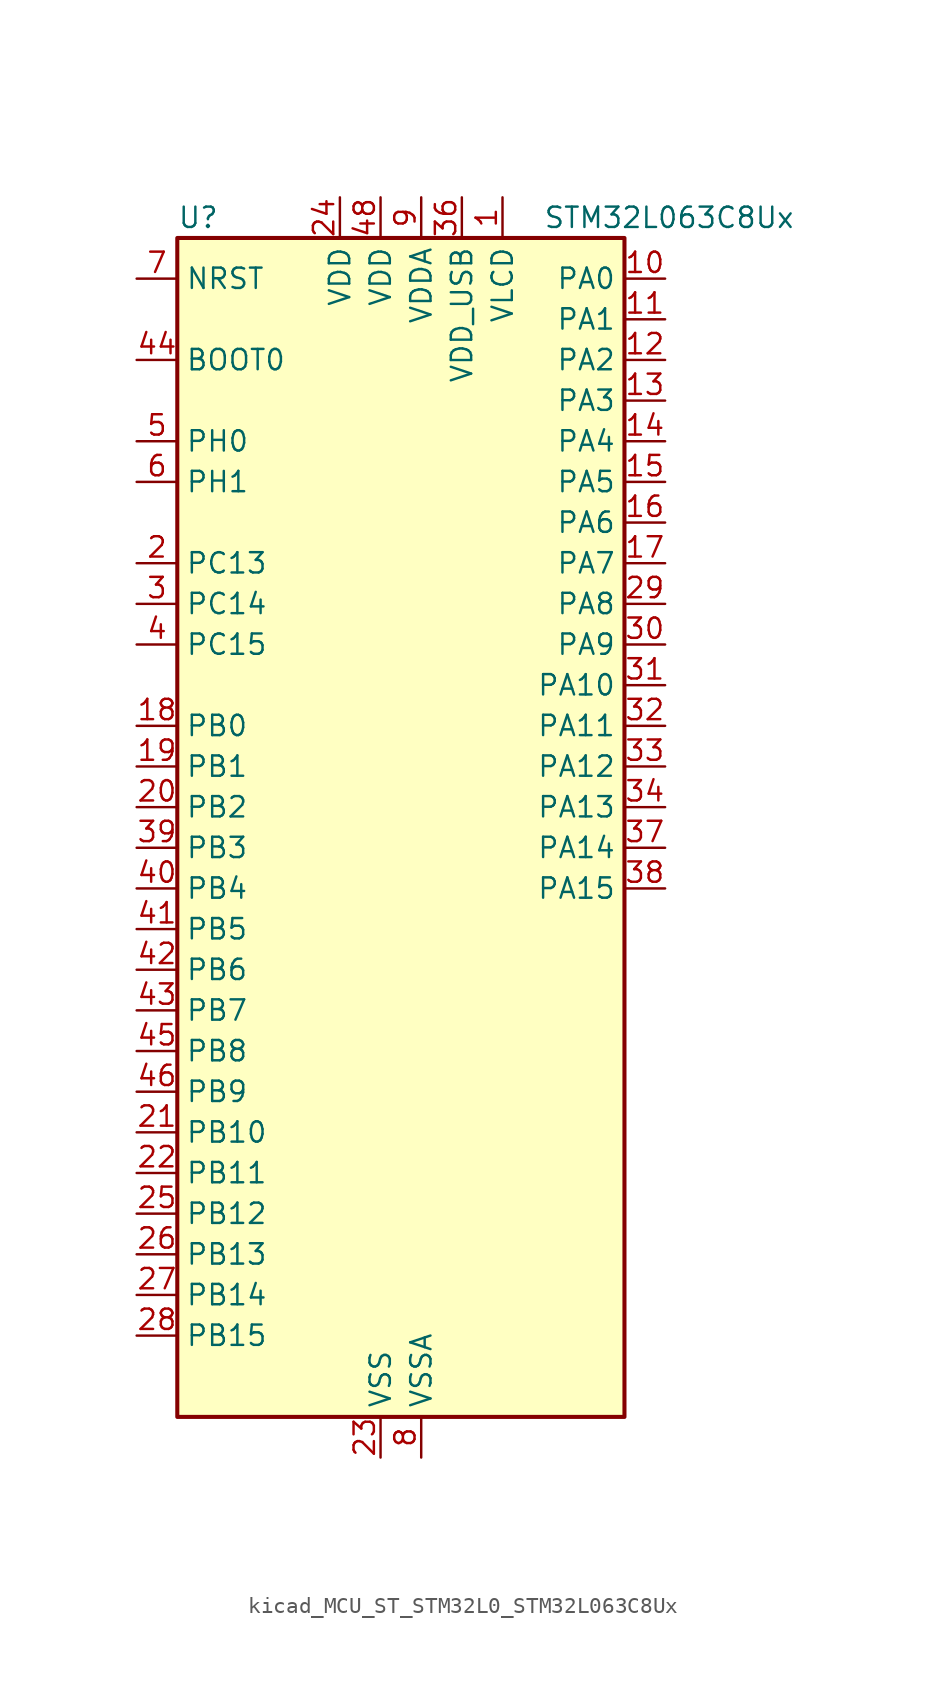
<source format=kicad_sym>
(kicad_symbol_lib
  (version 20220914)
  (generator kicad_symbol_editor)
  (symbol "kicad_MCU_ST_STM32L0_STM32L063C8Ux"
    (property "Reference" "U"
      (at -12.7 39.37 0)
      (effects (font (size 1.27 1.27)) (justify left)))
    (property "Value" "STM32L063C8Ux"
      (at 10.16 39.37 0)
      (effects (font (size 1.27 1.27)) (justify left)))
    (property "ki_locked" ""
      (at 0 0 0)
      (effects (font (size 1.27 1.27))))
    (symbol "kicad_MCU_ST_STM32L0_STM32L063C8Ux_0_1"
      (rectangle (start -12.7 -35.56) (end 15.24 38.1) (stroke (width 0.254) (type default)) (fill (type background))))
    (symbol "kicad_MCU_ST_STM32L0_STM32L063C8Ux_1_1"
      (pin power_in line (at 7.62 40.64 270) (length 2.54) (name "VLCD" (effects (font (size 1.27 1.27)))) (number "1" (effects (font (size 1.27 1.27)))))
      (pin bidirectional line (at 17.78 35.56 180) (length 2.54) (name "PA0" (effects (font (size 1.27 1.27)))) (number "10" (effects (font (size 1.27 1.27)))) (alternate "ADC_IN0" bidirectional line) (alternate "COMP1_INM" bidirectional line) (alternate "COMP1_OUT" bidirectional line) (alternate "RTC_TAMP2" bidirectional line) (alternate "SYS_WKUP1" bidirectional line) (alternate "TIM2_CH1" bidirectional line) (alternate "TIM2_ETR" bidirectional line) (alternate "TSC_G1_IO1" bidirectional line) (alternate "USART2_CTS" bidirectional line))
      (pin bidirectional line (at 17.78 33.02 180) (length 2.54) (name "PA1" (effects (font (size 1.27 1.27)))) (number "11" (effects (font (size 1.27 1.27)))) (alternate "ADC_IN1" bidirectional line) (alternate "COMP1_INP" bidirectional line) (alternate "LCD_SEG0" bidirectional line) (alternate "TIM21_ETR" bidirectional line) (alternate "TIM2_CH2" bidirectional line) (alternate "TSC_G1_IO2" bidirectional line) (alternate "USART2_DE" bidirectional line) (alternate "USART2_RTS" bidirectional line))
      (pin bidirectional line (at 17.78 30.48 180) (length 2.54) (name "PA2" (effects (font (size 1.27 1.27)))) (number "12" (effects (font (size 1.27 1.27)))) (alternate "ADC_IN2" bidirectional line) (alternate "COMP2_INM" bidirectional line) (alternate "COMP2_OUT" bidirectional line) (alternate "LCD_SEG1" bidirectional line) (alternate "TIM21_CH1" bidirectional line) (alternate "TIM2_CH3" bidirectional line) (alternate "TSC_G1_IO3" bidirectional line) (alternate "USART2_TX" bidirectional line))
      (pin bidirectional line (at 17.78 27.94 180) (length 2.54) (name "PA3" (effects (font (size 1.27 1.27)))) (number "13" (effects (font (size 1.27 1.27)))) (alternate "ADC_IN3" bidirectional line) (alternate "COMP2_INP" bidirectional line) (alternate "LCD_SEG2" bidirectional line) (alternate "TIM21_CH2" bidirectional line) (alternate "TIM2_CH4" bidirectional line) (alternate "TSC_G1_IO4" bidirectional line) (alternate "USART2_RX" bidirectional line))
      (pin bidirectional line (at 17.78 25.4 180) (length 2.54) (name "PA4" (effects (font (size 1.27 1.27)))) (number "14" (effects (font (size 1.27 1.27)))) (alternate "ADC_IN4" bidirectional line) (alternate "COMP1_INM" bidirectional line) (alternate "COMP2_INM" bidirectional line) (alternate "DAC_OUT1" bidirectional line) (alternate "SPI1_NSS" bidirectional line) (alternate "TIM22_ETR" bidirectional line) (alternate "TSC_G2_IO1" bidirectional line) (alternate "USART2_CK" bidirectional line))
      (pin bidirectional line (at 17.78 22.86 180) (length 2.54) (name "PA5" (effects (font (size 1.27 1.27)))) (number "15" (effects (font (size 1.27 1.27)))) (alternate "ADC_IN5" bidirectional line) (alternate "COMP1_INM" bidirectional line) (alternate "COMP2_INM" bidirectional line) (alternate "SPI1_SCK" bidirectional line) (alternate "TIM2_CH1" bidirectional line) (alternate "TIM2_ETR" bidirectional line) (alternate "TSC_G2_IO2" bidirectional line))
      (pin bidirectional line (at 17.78 20.32 180) (length 2.54) (name "PA6" (effects (font (size 1.27 1.27)))) (number "16" (effects (font (size 1.27 1.27)))) (alternate "ADC_IN6" bidirectional line) (alternate "COMP1_OUT" bidirectional line) (alternate "LCD_SEG3" bidirectional line) (alternate "LPUART1_CTS" bidirectional line) (alternate "SPI1_MISO" bidirectional line) (alternate "TIM22_CH1" bidirectional line) (alternate "TSC_G2_IO3" bidirectional line))
      (pin bidirectional line (at 17.78 17.78 180) (length 2.54) (name "PA7" (effects (font (size 1.27 1.27)))) (number "17" (effects (font (size 1.27 1.27)))) (alternate "ADC_IN7" bidirectional line) (alternate "COMP2_OUT" bidirectional line) (alternate "LCD_SEG4" bidirectional line) (alternate "SPI1_MOSI" bidirectional line) (alternate "TIM22_CH2" bidirectional line) (alternate "TSC_G2_IO4" bidirectional line))
      (pin bidirectional line (at -15.24 7.62 0) (length 2.54) (name "PB0" (effects (font (size 1.27 1.27)))) (number "18" (effects (font (size 1.27 1.27)))) (alternate "ADC_IN8" bidirectional line) (alternate "LCD_SEG5" bidirectional line) (alternate "LCD_VLCD3" bidirectional line) (alternate "SYS_VREF_OUT_PB0" bidirectional line) (alternate "TSC_G3_IO2" bidirectional line))
      (pin bidirectional line (at -15.24 5.08 0) (length 2.54) (name "PB1" (effects (font (size 1.27 1.27)))) (number "19" (effects (font (size 1.27 1.27)))) (alternate "ADC_IN9" bidirectional line) (alternate "LCD_SEG6" bidirectional line) (alternate "LPUART1_DE" bidirectional line) (alternate "LPUART1_RTS" bidirectional line) (alternate "SYS_VREF_OUT_PB1" bidirectional line) (alternate "TSC_G3_IO3" bidirectional line))
      (pin bidirectional line (at -15.24 17.78 0) (length 2.54) (name "PC13" (effects (font (size 1.27 1.27)))) (number "2" (effects (font (size 1.27 1.27)))) (alternate "RTC_OUT_ALARM" bidirectional line) (alternate "RTC_OUT_CALIB" bidirectional line) (alternate "RTC_TAMP1" bidirectional line) (alternate "RTC_TS" bidirectional line) (alternate "SYS_WKUP2" bidirectional line))
      (pin bidirectional line (at -15.24 2.54 0) (length 2.54) (name "PB2" (effects (font (size 1.27 1.27)))) (number "20" (effects (font (size 1.27 1.27)))) (alternate "LCD_VLCD1" bidirectional line) (alternate "LPTIM1_OUT" bidirectional line) (alternate "TSC_G3_IO4" bidirectional line))
      (pin bidirectional line (at -15.24 -17.78 0) (length 2.54) (name "PB10" (effects (font (size 1.27 1.27)))) (number "21" (effects (font (size 1.27 1.27)))) (alternate "I2C2_SCL" bidirectional line) (alternate "LCD_SEG10" bidirectional line) (alternate "LPUART1_TX" bidirectional line) (alternate "SPI2_SCK" bidirectional line) (alternate "TIM2_CH3" bidirectional line) (alternate "TSC_SYNC" bidirectional line))
      (pin bidirectional line (at -15.24 -20.32 0) (length 2.54) (name "PB11" (effects (font (size 1.27 1.27)))) (number "22" (effects (font (size 1.27 1.27)))) (alternate "ADC_EXTI11" bidirectional line) (alternate "I2C2_SDA" bidirectional line) (alternate "LCD_SEG11" bidirectional line) (alternate "LPUART1_RX" bidirectional line) (alternate "TIM2_CH4" bidirectional line) (alternate "TSC_G6_IO1" bidirectional line))
      (pin power_in line (at 0 -38.1 90) (length 2.54) (name "VSS" (effects (font (size 1.27 1.27)))) (number "23" (effects (font (size 1.27 1.27)))))
      (pin power_in line (at -2.54 40.64 270) (length 2.54) (name "VDD" (effects (font (size 1.27 1.27)))) (number "24" (effects (font (size 1.27 1.27)))))
      (pin bidirectional line (at -15.24 -22.86 0) (length 2.54) (name "PB12" (effects (font (size 1.27 1.27)))) (number "25" (effects (font (size 1.27 1.27)))) (alternate "I2S2_WS" bidirectional line) (alternate "LCD_SEG12" bidirectional line) (alternate "LCD_VLCD2" bidirectional line) (alternate "LPUART1_DE" bidirectional line) (alternate "LPUART1_RTS" bidirectional line) (alternate "SPI2_NSS" bidirectional line) (alternate "TSC_G6_IO2" bidirectional line))
      (pin bidirectional line (at -15.24 -25.4 0) (length 2.54) (name "PB13" (effects (font (size 1.27 1.27)))) (number "26" (effects (font (size 1.27 1.27)))) (alternate "I2C2_SCL" bidirectional line) (alternate "I2S2_CK" bidirectional line) (alternate "LCD_SEG13" bidirectional line) (alternate "LPUART1_CTS" bidirectional line) (alternate "SPI2_SCK" bidirectional line) (alternate "TIM21_CH1" bidirectional line) (alternate "TSC_G6_IO3" bidirectional line))
      (pin bidirectional line (at -15.24 -27.94 0) (length 2.54) (name "PB14" (effects (font (size 1.27 1.27)))) (number "27" (effects (font (size 1.27 1.27)))) (alternate "I2C2_SDA" bidirectional line) (alternate "I2S2_MCK" bidirectional line) (alternate "LCD_SEG14" bidirectional line) (alternate "LPUART1_DE" bidirectional line) (alternate "LPUART1_RTS" bidirectional line) (alternate "RTC_OUT_ALARM" bidirectional line) (alternate "RTC_OUT_CALIB" bidirectional line) (alternate "SPI2_MISO" bidirectional line) (alternate "TIM21_CH2" bidirectional line) (alternate "TSC_G6_IO4" bidirectional line))
      (pin bidirectional line (at -15.24 -30.48 0) (length 2.54) (name "PB15" (effects (font (size 1.27 1.27)))) (number "28" (effects (font (size 1.27 1.27)))) (alternate "I2S2_SD" bidirectional line) (alternate "LCD_SEG15" bidirectional line) (alternate "RTC_REFIN" bidirectional line) (alternate "SPI2_MOSI" bidirectional line))
      (pin bidirectional line (at 17.78 15.24 180) (length 2.54) (name "PA8" (effects (font (size 1.27 1.27)))) (number "29" (effects (font (size 1.27 1.27)))) (alternate "CRS_SYNC" bidirectional line) (alternate "LCD_COM0" bidirectional line) (alternate "RCC_MCO" bidirectional line) (alternate "USART1_CK" bidirectional line))
      (pin bidirectional line (at -15.24 15.24 0) (length 2.54) (name "PC14" (effects (font (size 1.27 1.27)))) (number "3" (effects (font (size 1.27 1.27)))) (alternate "RCC_OSC32_IN" bidirectional line))
      (pin bidirectional line (at 17.78 12.7 180) (length 2.54) (name "PA9" (effects (font (size 1.27 1.27)))) (number "30" (effects (font (size 1.27 1.27)))) (alternate "DAC_EXTI9" bidirectional line) (alternate "LCD_COM1" bidirectional line) (alternate "RCC_MCO" bidirectional line) (alternate "TSC_G4_IO1" bidirectional line) (alternate "USART1_TX" bidirectional line))
      (pin bidirectional line (at 17.78 10.16 180) (length 2.54) (name "PA10" (effects (font (size 1.27 1.27)))) (number "31" (effects (font (size 1.27 1.27)))) (alternate "LCD_COM2" bidirectional line) (alternate "TSC_G4_IO2" bidirectional line) (alternate "USART1_RX" bidirectional line))
      (pin bidirectional line (at 17.78 7.62 180) (length 2.54) (name "PA11" (effects (font (size 1.27 1.27)))) (number "32" (effects (font (size 1.27 1.27)))) (alternate "ADC_EXTI11" bidirectional line) (alternate "COMP1_OUT" bidirectional line) (alternate "SPI1_MISO" bidirectional line) (alternate "TSC_G4_IO3" bidirectional line) (alternate "USART1_CTS" bidirectional line) (alternate "USB_DM" bidirectional line))
      (pin bidirectional line (at 17.78 5.08 180) (length 2.54) (name "PA12" (effects (font (size 1.27 1.27)))) (number "33" (effects (font (size 1.27 1.27)))) (alternate "COMP2_OUT" bidirectional line) (alternate "SPI1_MOSI" bidirectional line) (alternate "TSC_G4_IO4" bidirectional line) (alternate "USART1_DE" bidirectional line) (alternate "USART1_RTS" bidirectional line) (alternate "USB_DP" bidirectional line))
      (pin bidirectional line (at 17.78 2.54 180) (length 2.54) (name "PA13" (effects (font (size 1.27 1.27)))) (number "34" (effects (font (size 1.27 1.27)))) (alternate "SYS_SWDIO" bidirectional line) (alternate "USB_NOE" bidirectional line))
      (pin passive line (at 0 -38.1 90) (length 2.54) hide (name "VSS" (effects (font (size 1.27 1.27)))) (number "35" (effects (font (size 1.27 1.27)))))
      (pin power_in line (at 5.08 40.64 270) (length 2.54) (name "VDD_USB" (effects (font (size 1.27 1.27)))) (number "36" (effects (font (size 1.27 1.27)))))
      (pin bidirectional line (at 17.78 0 180) (length 2.54) (name "PA14" (effects (font (size 1.27 1.27)))) (number "37" (effects (font (size 1.27 1.27)))) (alternate "SYS_SWCLK" bidirectional line) (alternate "USART2_TX" bidirectional line))
      (pin bidirectional line (at 17.78 -2.54 180) (length 2.54) (name "PA15" (effects (font (size 1.27 1.27)))) (number "38" (effects (font (size 1.27 1.27)))) (alternate "LCD_SEG17" bidirectional line) (alternate "SPI1_NSS" bidirectional line) (alternate "TIM2_CH1" bidirectional line) (alternate "TIM2_ETR" bidirectional line) (alternate "USART2_RX" bidirectional line))
      (pin bidirectional line (at -15.24 0 0) (length 2.54) (name "PB3" (effects (font (size 1.27 1.27)))) (number "39" (effects (font (size 1.27 1.27)))) (alternate "COMP2_INM" bidirectional line) (alternate "LCD_SEG7" bidirectional line) (alternate "SPI1_SCK" bidirectional line) (alternate "TIM2_CH2" bidirectional line) (alternate "TSC_G5_IO1" bidirectional line))
      (pin bidirectional line (at -15.24 12.7 0) (length 2.54) (name "PC15" (effects (font (size 1.27 1.27)))) (number "4" (effects (font (size 1.27 1.27)))) (alternate "RCC_OSC32_OUT" bidirectional line))
      (pin bidirectional line (at -15.24 -2.54 0) (length 2.54) (name "PB4" (effects (font (size 1.27 1.27)))) (number "40" (effects (font (size 1.27 1.27)))) (alternate "COMP2_INP" bidirectional line) (alternate "LCD_SEG8" bidirectional line) (alternate "SPI1_MISO" bidirectional line) (alternate "TIM22_CH1" bidirectional line) (alternate "TSC_G5_IO2" bidirectional line))
      (pin bidirectional line (at -15.24 -5.08 0) (length 2.54) (name "PB5" (effects (font (size 1.27 1.27)))) (number "41" (effects (font (size 1.27 1.27)))) (alternate "COMP2_INP" bidirectional line) (alternate "I2C1_SMBA" bidirectional line) (alternate "LCD_SEG9" bidirectional line) (alternate "LPTIM1_IN1" bidirectional line) (alternate "SPI1_MOSI" bidirectional line) (alternate "TIM22_CH2" bidirectional line))
      (pin bidirectional line (at -15.24 -7.62 0) (length 2.54) (name "PB6" (effects (font (size 1.27 1.27)))) (number "42" (effects (font (size 1.27 1.27)))) (alternate "COMP2_INP" bidirectional line) (alternate "I2C1_SCL" bidirectional line) (alternate "LPTIM1_ETR" bidirectional line) (alternate "TSC_G5_IO3" bidirectional line) (alternate "USART1_TX" bidirectional line))
      (pin bidirectional line (at -15.24 -10.16 0) (length 2.54) (name "PB7" (effects (font (size 1.27 1.27)))) (number "43" (effects (font (size 1.27 1.27)))) (alternate "COMP2_INP" bidirectional line) (alternate "I2C1_SDA" bidirectional line) (alternate "LPTIM1_IN2" bidirectional line) (alternate "SYS_PVD_IN" bidirectional line) (alternate "TSC_G5_IO4" bidirectional line) (alternate "USART1_RX" bidirectional line))
      (pin input line (at -15.24 30.48 0) (length 2.54) (name "BOOT0" (effects (font (size 1.27 1.27)))) (number "44" (effects (font (size 1.27 1.27)))))
      (pin bidirectional line (at -15.24 -12.7 0) (length 2.54) (name "PB8" (effects (font (size 1.27 1.27)))) (number "45" (effects (font (size 1.27 1.27)))) (alternate "I2C1_SCL" bidirectional line) (alternate "LCD_SEG16" bidirectional line) (alternate "TSC_SYNC" bidirectional line))
      (pin bidirectional line (at -15.24 -15.24 0) (length 2.54) (name "PB9" (effects (font (size 1.27 1.27)))) (number "46" (effects (font (size 1.27 1.27)))) (alternate "DAC_EXTI9" bidirectional line) (alternate "I2C1_SDA" bidirectional line) (alternate "I2S2_WS" bidirectional line) (alternate "LCD_COM3" bidirectional line) (alternate "SPI2_NSS" bidirectional line))
      (pin passive line (at 0 -38.1 90) (length 2.54) hide (name "VSS" (effects (font (size 1.27 1.27)))) (number "47" (effects (font (size 1.27 1.27)))))
      (pin power_in line (at 0 40.64 270) (length 2.54) (name "VDD" (effects (font (size 1.27 1.27)))) (number "48" (effects (font (size 1.27 1.27)))))
      (pin passive line (at 0 -38.1 90) (length 2.54) hide (name "VSS" (effects (font (size 1.27 1.27)))) (number "49" (effects (font (size 1.27 1.27)))))
      (pin bidirectional line (at -15.24 25.4 0) (length 2.54) (name "PH0" (effects (font (size 1.27 1.27)))) (number "5" (effects (font (size 1.27 1.27)))) (alternate "CRS_SYNC" bidirectional line) (alternate "RCC_OSC_IN" bidirectional line))
      (pin bidirectional line (at -15.24 22.86 0) (length 2.54) (name "PH1" (effects (font (size 1.27 1.27)))) (number "6" (effects (font (size 1.27 1.27)))) (alternate "RCC_OSC_OUT" bidirectional line))
      (pin input line (at -15.24 35.56 0) (length 2.54) (name "NRST" (effects (font (size 1.27 1.27)))) (number "7" (effects (font (size 1.27 1.27)))))
      (pin power_in line (at 2.54 -38.1 90) (length 2.54) (name "VSSA" (effects (font (size 1.27 1.27)))) (number "8" (effects (font (size 1.27 1.27)))))
      (pin power_in line (at 2.54 40.64 270) (length 2.54) (name "VDDA" (effects (font (size 1.27 1.27)))) (number "9" (effects (font (size 1.27 1.27))))))))
</source>
